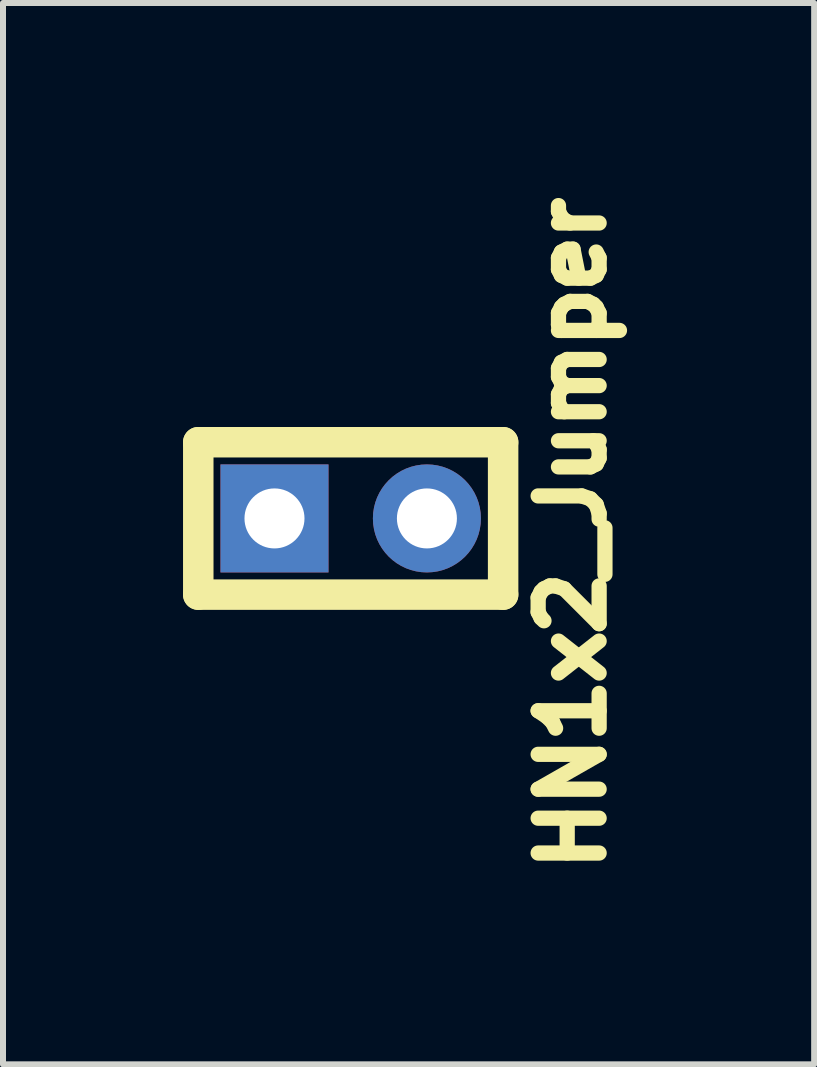
<source format=kicad_pcb>
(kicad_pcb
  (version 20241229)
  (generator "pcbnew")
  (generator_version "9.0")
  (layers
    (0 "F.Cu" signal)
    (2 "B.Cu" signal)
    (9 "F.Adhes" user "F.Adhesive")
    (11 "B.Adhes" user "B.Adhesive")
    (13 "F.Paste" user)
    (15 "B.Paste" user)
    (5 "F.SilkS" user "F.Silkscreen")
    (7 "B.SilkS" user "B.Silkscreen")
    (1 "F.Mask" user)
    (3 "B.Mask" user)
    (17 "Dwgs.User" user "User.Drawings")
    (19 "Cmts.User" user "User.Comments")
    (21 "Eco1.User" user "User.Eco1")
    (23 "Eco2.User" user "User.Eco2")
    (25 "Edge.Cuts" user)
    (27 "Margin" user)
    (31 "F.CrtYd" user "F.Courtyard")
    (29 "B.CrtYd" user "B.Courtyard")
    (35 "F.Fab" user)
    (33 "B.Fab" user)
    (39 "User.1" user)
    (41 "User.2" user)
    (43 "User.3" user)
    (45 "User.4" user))
  (footprint "HN1x2_Jumper"
    (layer "F.Cu")
    (at 2.794 5.589)
    (property "Reference" "HN1x2_Jumper" (at 3.683 0.254 90) (layer "F.SilkS") (effects (font (size 1.016 1.016) (thickness 0.254))))
    (attr through_hole)
    (fp_line (start -2.54 -1.27) (end 2.54 -1.27) (stroke (width 0.508) (type solid)) (layer "F.SilkS"))
    (fp_line (start -2.54 1.27) (end -2.54 -1.27) (stroke (width 0.508) (type solid)) (layer "F.SilkS"))
    (fp_line (start 2.54 -1.27) (end 2.54 1.27) (stroke (width 0.508) (type solid)) (layer "F.SilkS"))
    (fp_line (start 2.54 1.27) (end -2.54 1.27) (stroke (width 0.508) (type solid)) (layer "F.SilkS"))
    (pad "1" thru_hole rect (at -1.27 0 90) (size 1.8 1.8) (drill 1) (layers "*.Cu" "*.Mask"))
    (pad "2" thru_hole circle (at 1.27 0 90) (size 1.8 1.8) (drill 1) (layers "*.Cu" "*.Mask")))
  (gr_rect
    (start -3 -3)
    (end 10.517 14.686)
    (stroke (width 0.1) (type default))
    (fill no)
    (layer "Edge.Cuts")))
</source>
